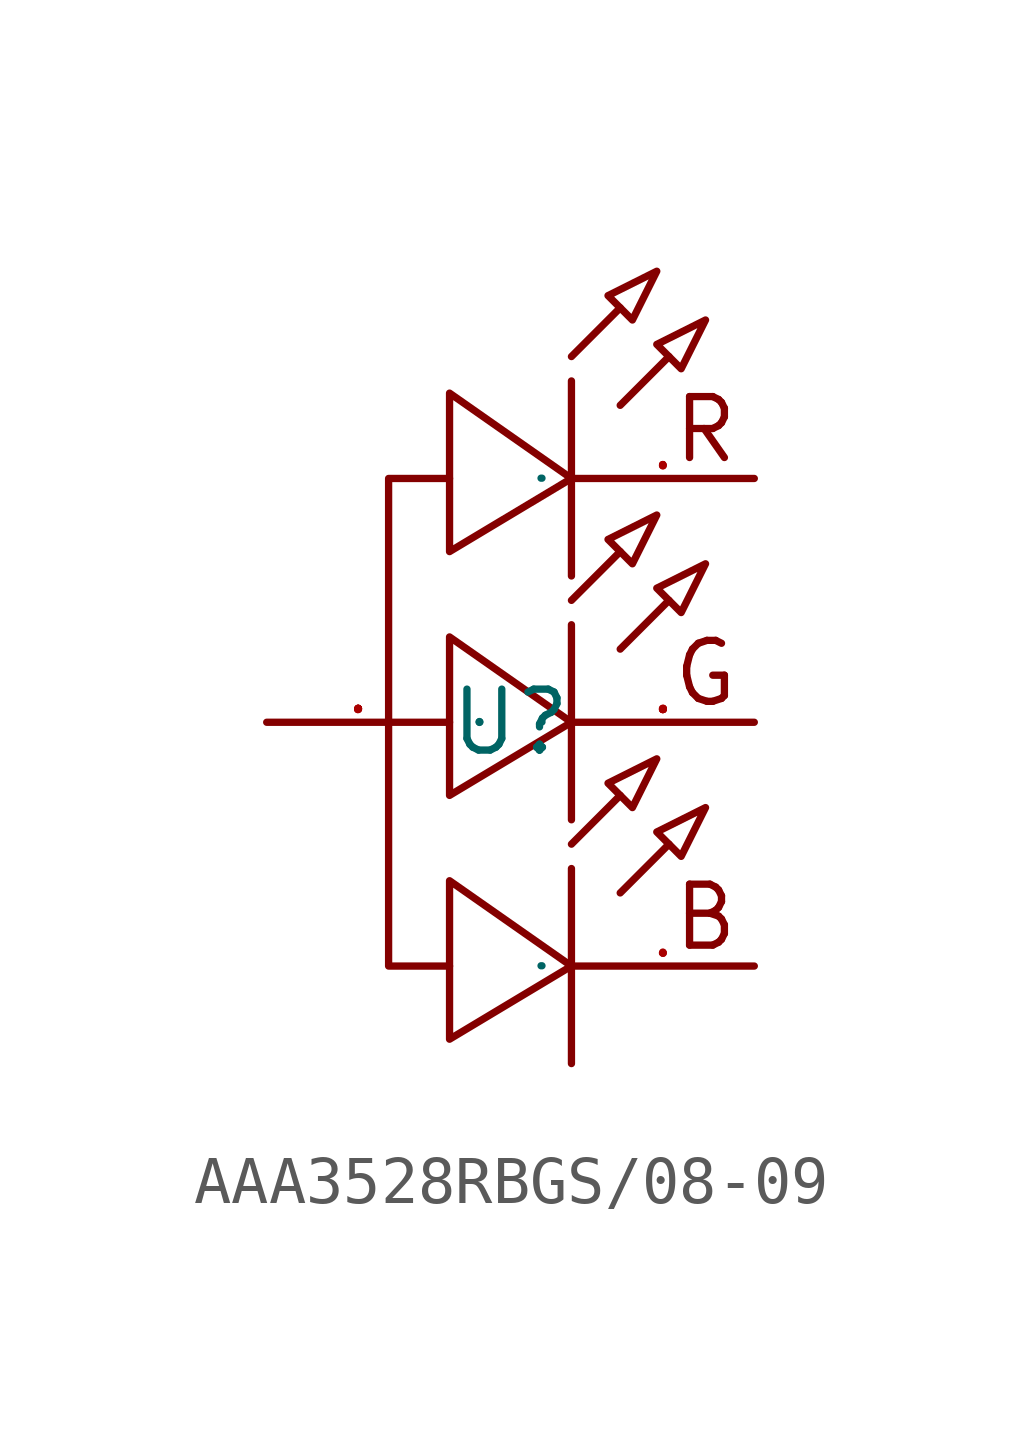
<source format=kicad_sym>
(kicad_symbol_lib
  (version 20241209)
  (generator "kicad_symbol_editor")
  (generator_version "9.0")
  (symbol "AAA3528RBGS/08-09"
    (property "Reference" "U"
      (at 0 0 0)
      (effects (font (size 1.27 1.27))))
    (property "Value" ""
      (at 0 0 0)
      (effects (font (size 1.27 1.27))))
    (symbol "AAA3528RBGS/08-09_1_0"
      (polyline (pts (xy -1.27 5.08) (xy -2.54 5.08) (xy -2.54 5.08) (xy -2.54 -5.08) (xy -2.54 -5.08) (xy -1.27 -5.08)) (stroke (width 0) (type default)) (fill (type none)))
      (polyline (pts (xy -1.27 3.556) (xy 1.27 5.08) (xy 1.27 5.08) (xy -1.27 6.858) (xy -1.27 6.858) (xy -1.27 3.556)) (stroke (width 0) (type default)) (fill (type none)))
      (polyline (pts (xy -1.27 -1.524) (xy 1.27 0) (xy 1.27 0) (xy -1.27 1.778) (xy -1.27 1.778) (xy -1.27 -1.524)) (stroke (width 0) (type default)) (fill (type none)))
      (polyline (pts (xy -1.27 -6.604) (xy 1.27 -5.08) (xy 1.27 -5.08) (xy -1.27 -3.302) (xy -1.27 -3.302) (xy -1.27 -6.604)) (stroke (width 0) (type default)) (fill (type none)))
      (polyline (pts (xy 1.27 7.62) (xy 2.286 8.636)) (stroke (width 0) (type default)) (fill (type none)))
      (polyline (pts (xy 1.27 7.112) (xy 1.27 3.048)) (stroke (width 0) (type default)) (fill (type none)))
      (polyline (pts (xy 1.27 2.54) (xy 2.286 3.556)) (stroke (width 0) (type default)) (fill (type none)))
      (polyline (pts (xy 1.27 2.032) (xy 1.27 -2.032)) (stroke (width 0) (type default)) (fill (type none)))
      (polyline (pts (xy 1.27 -2.54) (xy 2.286 -1.524)) (stroke (width 0) (type default)) (fill (type none)))
      (polyline (pts (xy 1.27 -3.048) (xy 1.27 -7.112)) (stroke (width 0) (type default)) (fill (type none)))
      (polyline (pts (xy 2.286 6.604) (xy 3.302 7.62)) (stroke (width 0) (type default)) (fill (type none)))
      (polyline (pts (xy 2.286 1.524) (xy 3.302 2.54)) (stroke (width 0) (type default)) (fill (type none)))
      (polyline (pts (xy 2.286 -3.556) (xy 3.302 -2.54)) (stroke (width 0) (type default)) (fill (type none)))
      (polyline (pts (xy 3.048 9.398) (xy 2.032 8.89) (xy 2.032 8.89) (xy 2.54 8.382) (xy 2.54 8.382) (xy 3.048 9.398)) (stroke (width 0) (type default)) (fill (type none)))
      (polyline (pts (xy 3.048 4.318) (xy 2.032 3.81) (xy 2.032 3.81) (xy 2.54 3.302) (xy 2.54 3.302) (xy 3.048 4.318)) (stroke (width 0) (type default)) (fill (type none)))
      (polyline (pts (xy 3.048 -0.762) (xy 2.032 -1.27) (xy 2.032 -1.27) (xy 2.54 -1.778) (xy 2.54 -1.778) (xy 3.048 -0.762)) (stroke (width 0) (type default)) (fill (type none)))
      (polyline (pts (xy 4.064 8.382) (xy 3.048 7.874) (xy 3.048 7.874) (xy 3.556 7.366) (xy 3.556 7.366) (xy 4.064 8.382)) (stroke (width 0) (type default)) (fill (type none)))
      (polyline (pts (xy 4.064 3.302) (xy 3.048 2.794) (xy 3.048 2.794) (xy 3.556 2.286) (xy 3.556 2.286) (xy 4.064 3.302)) (stroke (width 0) (type default)) (fill (type none)))
      (polyline (pts (xy 4.064 -1.778) (xy 3.048 -2.286) (xy 3.048 -2.286) (xy 3.556 -2.794) (xy 3.556 -2.794) (xy 4.064 -1.778)) (stroke (width 0) (type default)) (fill (type none)))
      (pin unspecified line (at -5.08 0 0) (length 3.81) (name "+" (effects (font (size 0.025 0.025)))) (number "2" (effects (font (size 0.025 0.025)))))
      (pin unspecified line (at 5.08 5.08 180) (length 3.81) (name "-" (effects (font (size 0.025 0.025)))) (number "1" (effects (font (size 0.025 0.025)))))
      (pin unspecified line (at 5.08 0 180) (length 3.81) (name "-" (effects (font (size 0.025 0.025)))) (number "3" (effects (font (size 0.025 0.025)))))
      (pin unspecified line (at 5.08 -5.08 180) (length 3.81) (name "-" (effects (font (size 0.025 0.025)))) (number "4" (effects (font (size 0.025 0.025))))))
    (symbol "AAA3528RBGS/08-09_1_1"
      (text "R" (at 4.064 6.096 0) (effects (font (size 1.27 1.27))))
      (text "G" (at 4.064 1.016 0) (effects (font (size 1.27 1.27))))
      (text "B" (at 4.064 -4.064 0) (effects (font (size 1.27 1.27)))))))
</source>
